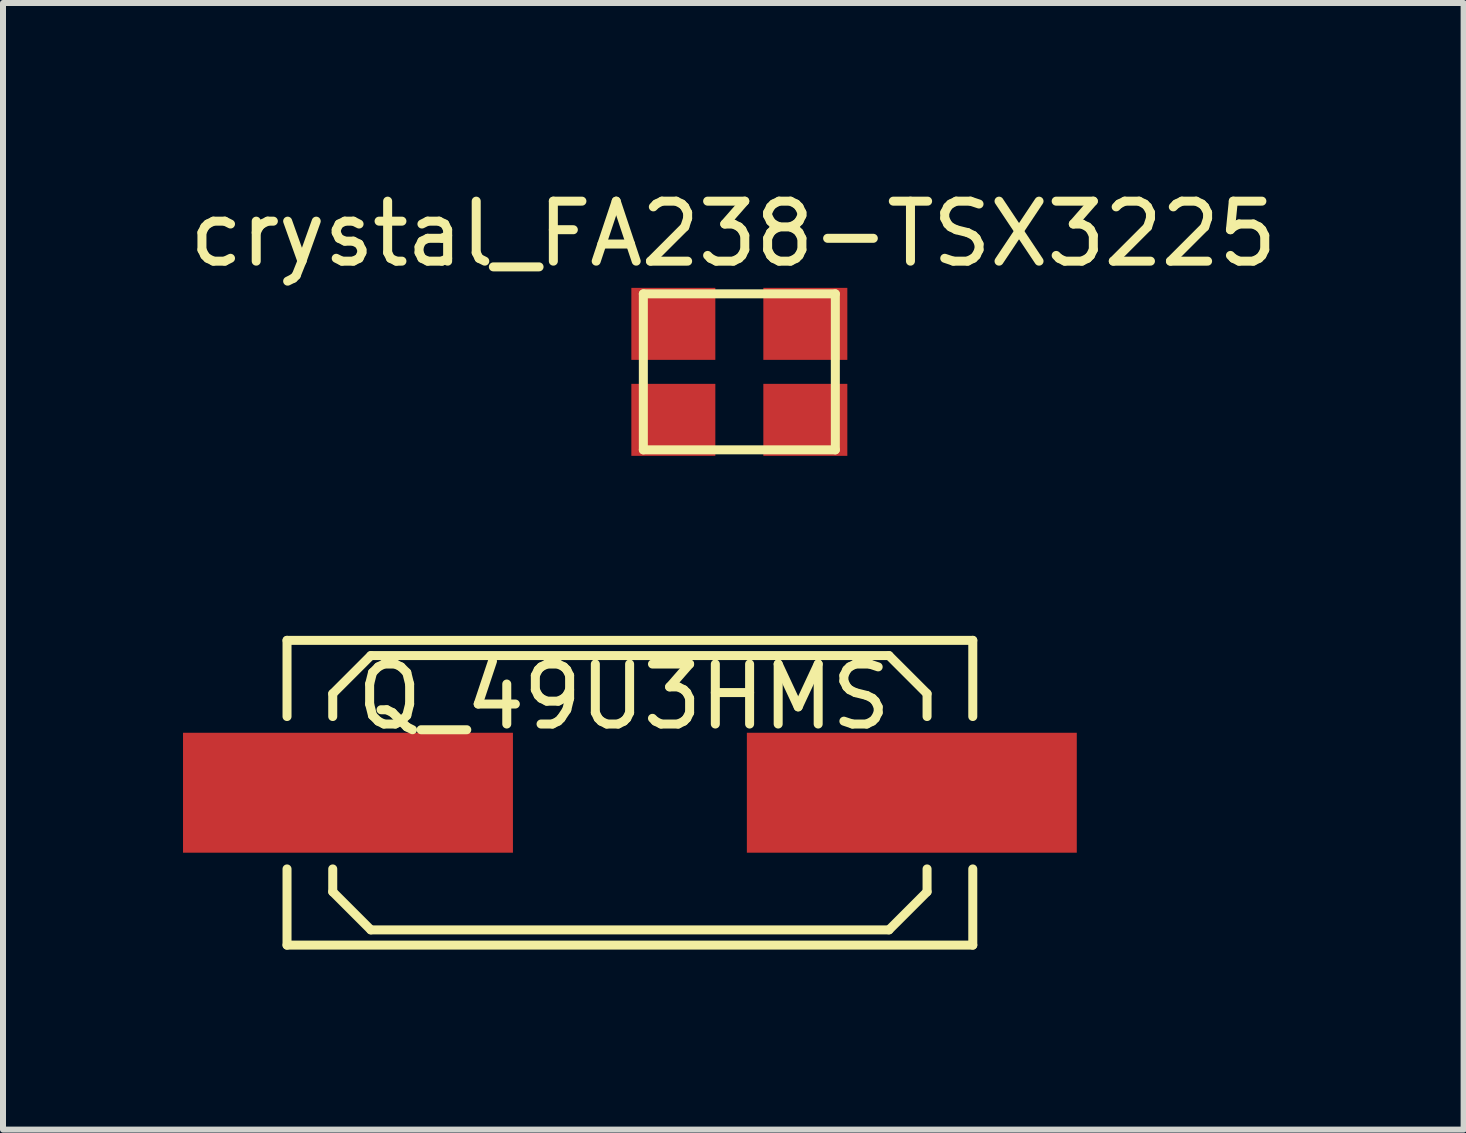
<source format=kicad_pcb>
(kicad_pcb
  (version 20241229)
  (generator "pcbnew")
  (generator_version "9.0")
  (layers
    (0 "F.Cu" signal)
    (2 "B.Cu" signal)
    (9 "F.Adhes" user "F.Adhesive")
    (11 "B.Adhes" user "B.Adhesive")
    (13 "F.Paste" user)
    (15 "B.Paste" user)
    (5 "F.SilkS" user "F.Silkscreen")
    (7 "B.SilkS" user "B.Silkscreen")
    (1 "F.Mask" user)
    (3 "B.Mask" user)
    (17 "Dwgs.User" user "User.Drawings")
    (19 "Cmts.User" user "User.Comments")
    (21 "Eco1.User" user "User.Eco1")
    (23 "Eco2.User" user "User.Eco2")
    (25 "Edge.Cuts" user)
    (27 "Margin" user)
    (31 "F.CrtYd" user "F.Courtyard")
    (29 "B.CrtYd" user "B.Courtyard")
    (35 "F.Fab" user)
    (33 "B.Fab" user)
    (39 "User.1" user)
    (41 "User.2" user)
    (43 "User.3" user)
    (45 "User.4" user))
  (footprint "crystal_FA238-TSX3225"
    (layer "F.Cu")
    (at 9.273 3.148)
    (property "Reference" "crystal_FA238-TSX3225" (at -0.1 -2.3 0) (layer "F.SilkS") (effects (font (size 1 1) (thickness 0.15))))
    (attr through_hole)
    (fp_line (start -1.6 -1.3) (end 1.6 -1.3) (stroke (width 0.15) (type solid)) (layer "F.SilkS"))
    (fp_line (start -1.6 1.3) (end -1.6 -1.3) (stroke (width 0.15) (type solid)) (layer "F.SilkS"))
    (fp_line (start 1.6 -1.3) (end 1.6 1.3) (stroke (width 0.15) (type solid)) (layer "F.SilkS"))
    (fp_line (start 1.6 1.3) (end -1.6 1.3) (stroke (width 0.15) (type solid)) (layer "F.SilkS"))
    (pad "1" smd rect (at -1.1 0.8) (size 1.4 1.2) (layers "F.Cu" "F.Mask" "F.Paste"))
    (pad "2" smd rect (at 1.1 -0.8) (size 1.4 1.2) (layers "F.Cu" "F.Mask" "F.Paste"))
    (pad "3" smd rect (at -1.1 -0.8) (size 1.4 1.2) (layers "F.Cu" "F.Mask" "F.Paste"))
    (pad "3" smd rect (at 1.1 0.8) (size 1.4 1.2) (layers "F.Cu" "F.Mask" "F.Paste")))
  (footprint "Q_49U3HMS"
    (layer "F.Cu")
    (at 7.449 10.163)
    (property "Reference" "Q_49U3HMS" (at -0.1 -1.6 0) (layer "F.SilkS") (effects (font (size 1 1) (thickness 0.15))))
    (attr through_hole)
    (fp_line (start -5.715 -2.54) (end -5.715 -1.27) (stroke (width 0.15) (type solid)) (layer "F.SilkS"))
    (fp_line (start -5.715 -2.54) (end 5.715 -2.54) (stroke (width 0.15) (type solid)) (layer "F.SilkS"))
    (fp_line (start -5.715 2.54) (end -5.715 1.27) (stroke (width 0.15) (type solid)) (layer "F.SilkS"))
    (fp_line (start -4.953 -1.651) (end -4.953 -1.27) (stroke (width 0.15) (type solid)) (layer "F.SilkS"))
    (fp_line (start -4.953 1.651) (end -4.953 1.27) (stroke (width 0.15) (type solid)) (layer "F.SilkS"))
    (fp_line (start -4.953 1.651) (end -4.318 2.286) (stroke (width 0.15) (type solid)) (layer "F.SilkS"))
    (fp_line (start -4.318 -2.286) (end -4.953 -1.651) (stroke (width 0.15) (type solid)) (layer "F.SilkS"))
    (fp_line (start -4.318 2.286) (end 4.318 2.286) (stroke (width 0.15) (type solid)) (layer "F.SilkS"))
    (fp_line (start 4.318 -2.286) (end -4.318 -2.286) (stroke (width 0.15) (type solid)) (layer "F.SilkS"))
    (fp_line (start 4.318 2.286) (end 4.953 1.651) (stroke (width 0.15) (type solid)) (layer "F.SilkS"))
    (fp_line (start 4.953 -1.651) (end 4.318 -2.286) (stroke (width 0.15) (type solid)) (layer "F.SilkS"))
    (fp_line (start 4.953 -1.651) (end 4.953 -1.27) (stroke (width 0.15) (type solid)) (layer "F.SilkS"))
    (fp_line (start 4.953 1.651) (end 4.953 1.27) (stroke (width 0.15) (type solid)) (layer "F.SilkS"))
    (fp_line (start 5.715 -2.54) (end 5.715 -1.27) (stroke (width 0.15) (type solid)) (layer "F.SilkS"))
    (fp_line (start 5.715 2.54) (end -5.715 2.54) (stroke (width 0.15) (type solid)) (layer "F.SilkS"))
    (fp_line (start 5.715 2.54) (end 5.715 1.27) (stroke (width 0.15) (type solid)) (layer "F.SilkS"))
    (pad "1" smd rect (at -4.699 0) (size 5.499 1.999) (layers "F.Cu" "F.Mask" "F.Paste"))
    (pad "2" smd rect (at 4.699 0) (size 5.499 1.999) (layers "F.Cu" "F.Mask" "F.Paste")))
  (gr_rect
    (start -3 -3)
    (end 21.345 15.778)
    (stroke (width 0.1) (type default))
    (fill no)
    (layer "Edge.Cuts")))
</source>
